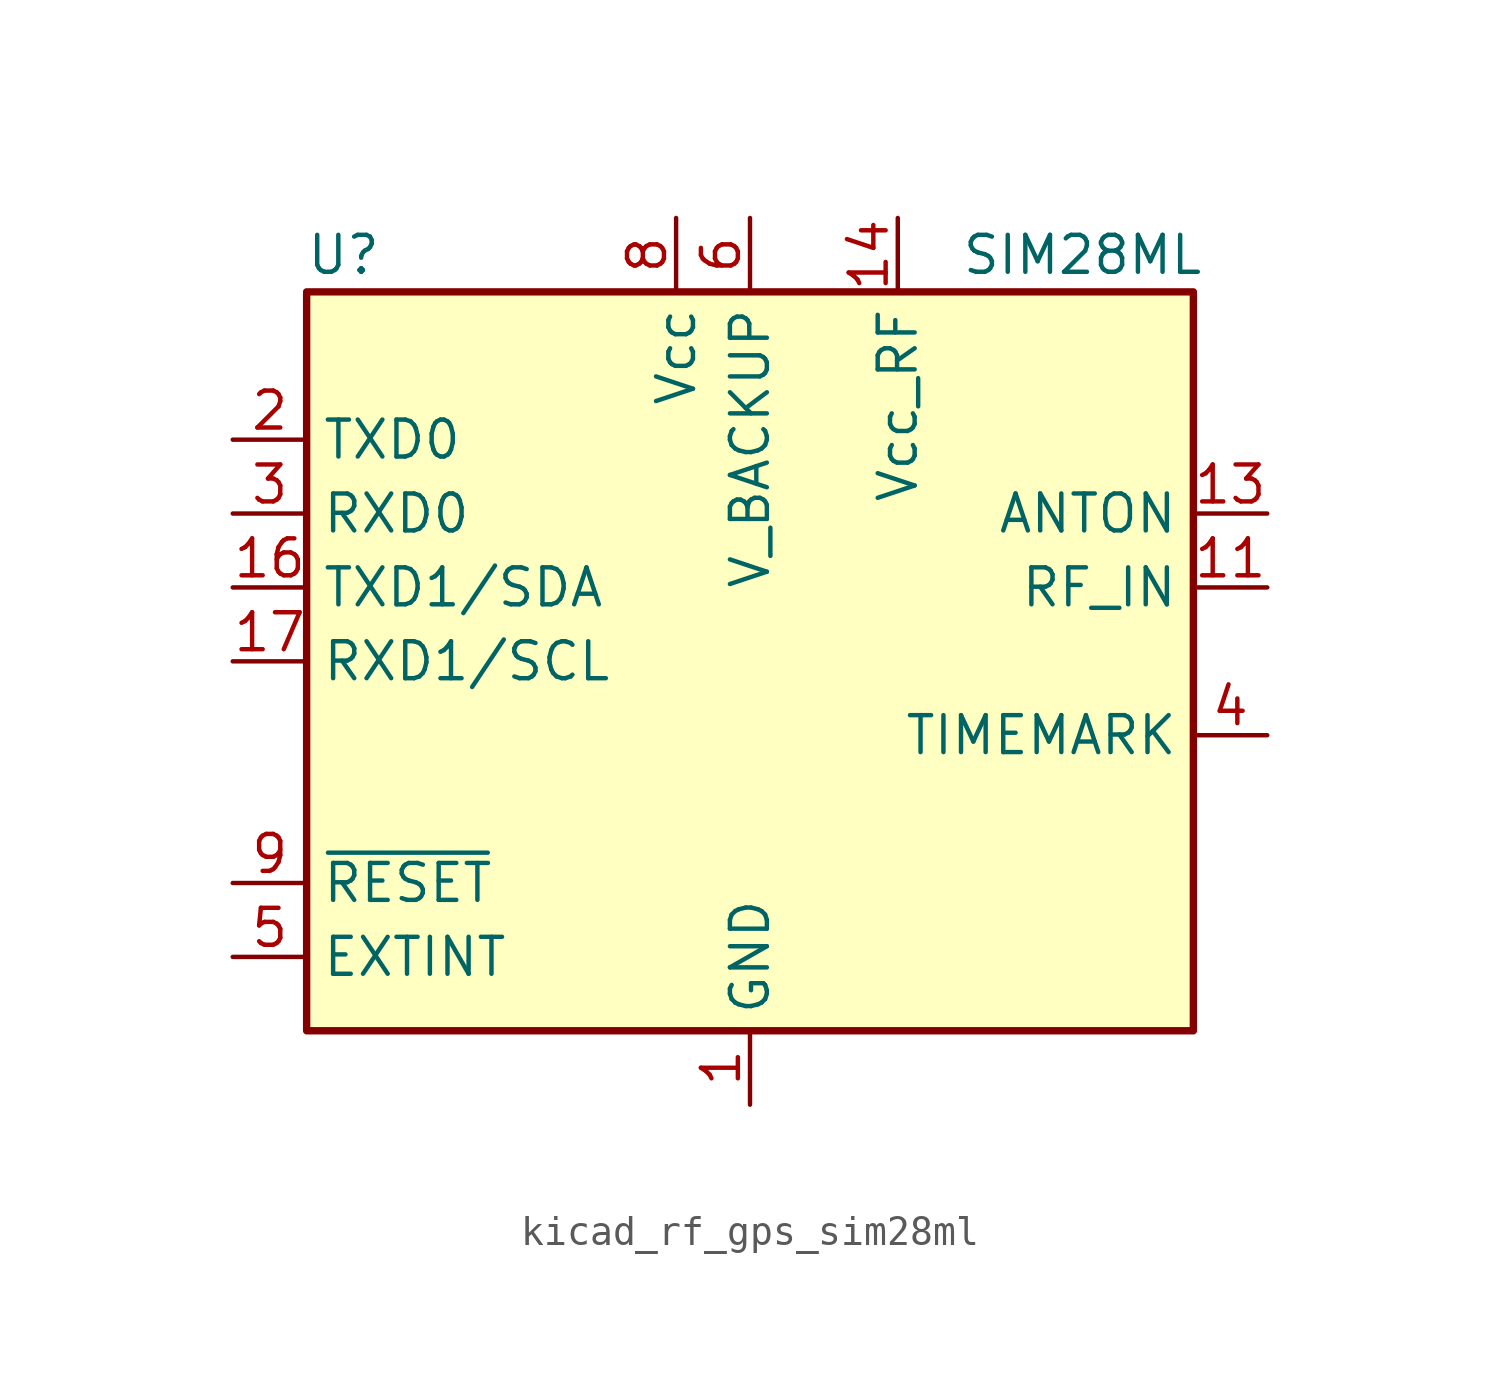
<source format=kicad_sym>
(kicad_symbol_lib
  (version 20220914)
  (generator kicad_symbol_editor)
  (symbol "kicad_rf_gps_sim28ml"
    (property "Reference" "U"
      (at -13.97 13.97 0)
      (effects (font (size 1.27 1.27))))
    (property "Value" "SIM28ML"
      (at 11.43 13.97 0)
      (effects (font (size 1.27 1.27))))
    (symbol "kicad_rf_gps_sim28ml_0_1"
      (rectangle (start -15.24 12.7) (end 15.24 -12.7) (stroke (width 0.254) (type default)) (fill (type background))))
    (symbol "kicad_rf_gps_sim28ml_1_1"
      (pin power_in line (at 0 -15.24 90) (length 2.54) (name "GND" (effects (font (size 1.27 1.27)))) (number "1" (effects (font (size 1.27 1.27)))))
      (pin passive line (at 0 -15.24 90) (length 2.54) hide (name "GND" (effects (font (size 1.27 1.27)))) (number "10" (effects (font (size 1.27 1.27)))))
      (pin input line (at 17.78 2.54 180) (length 2.54) (name "RF_IN" (effects (font (size 1.27 1.27)))) (number "11" (effects (font (size 1.27 1.27)))))
      (pin passive line (at 0 -15.24 90) (length 2.54) hide (name "GND" (effects (font (size 1.27 1.27)))) (number "12" (effects (font (size 1.27 1.27)))))
      (pin power_out line (at 17.78 5.08 180) (length 2.54) (name "ANTON" (effects (font (size 1.27 1.27)))) (number "13" (effects (font (size 1.27 1.27)))))
      (pin power_out line (at 5.08 15.24 270) (length 2.54) (name "Vcc_RF" (effects (font (size 1.27 1.27)))) (number "14" (effects (font (size 1.27 1.27)))))
      (pin no_connect line (at 15.24 -7.62 180) (length 2.54) hide (name "NC" (effects (font (size 1.27 1.27)))) (number "15" (effects (font (size 1.27 1.27)))))
      (pin bidirectional line (at -17.78 2.54 0) (length 2.54) (name "TXD1/SDA" (effects (font (size 1.27 1.27)))) (number "16" (effects (font (size 1.27 1.27)))))
      (pin input line (at -17.78 0 0) (length 2.54) (name "RXD1/SCL" (effects (font (size 1.27 1.27)))) (number "17" (effects (font (size 1.27 1.27)))))
      (pin no_connect line (at 15.24 -10.16 180) (length 2.54) hide (name "NC" (effects (font (size 1.27 1.27)))) (number "18" (effects (font (size 1.27 1.27)))))
      (pin output line (at -17.78 7.62 0) (length 2.54) (name "TXD0" (effects (font (size 1.27 1.27)))) (number "2" (effects (font (size 1.27 1.27)))))
      (pin input line (at -17.78 5.08 0) (length 2.54) (name "RXD0" (effects (font (size 1.27 1.27)))) (number "3" (effects (font (size 1.27 1.27)))))
      (pin output line (at 17.78 -2.54 180) (length 2.54) (name "TIMEMARK" (effects (font (size 1.27 1.27)))) (number "4" (effects (font (size 1.27 1.27)))))
      (pin input line (at -17.78 -10.16 0) (length 2.54) (name "EXTINT" (effects (font (size 1.27 1.27)))) (number "5" (effects (font (size 1.27 1.27)))))
      (pin power_in line (at 0 15.24 270) (length 2.54) (name "V_BACKUP" (effects (font (size 1.27 1.27)))) (number "6" (effects (font (size 1.27 1.27)))))
      (pin no_connect line (at 15.24 -5.08 180) (length 2.54) hide (name "NC" (effects (font (size 1.27 1.27)))) (number "7" (effects (font (size 1.27 1.27)))))
      (pin power_in line (at -2.54 15.24 270) (length 2.54) (name "Vcc" (effects (font (size 1.27 1.27)))) (number "8" (effects (font (size 1.27 1.27)))))
      (pin input line (at -17.78 -7.62 0) (length 2.54) (name "~{RESET}" (effects (font (size 1.27 1.27)))) (number "9" (effects (font (size 1.27 1.27))))))))
</source>
